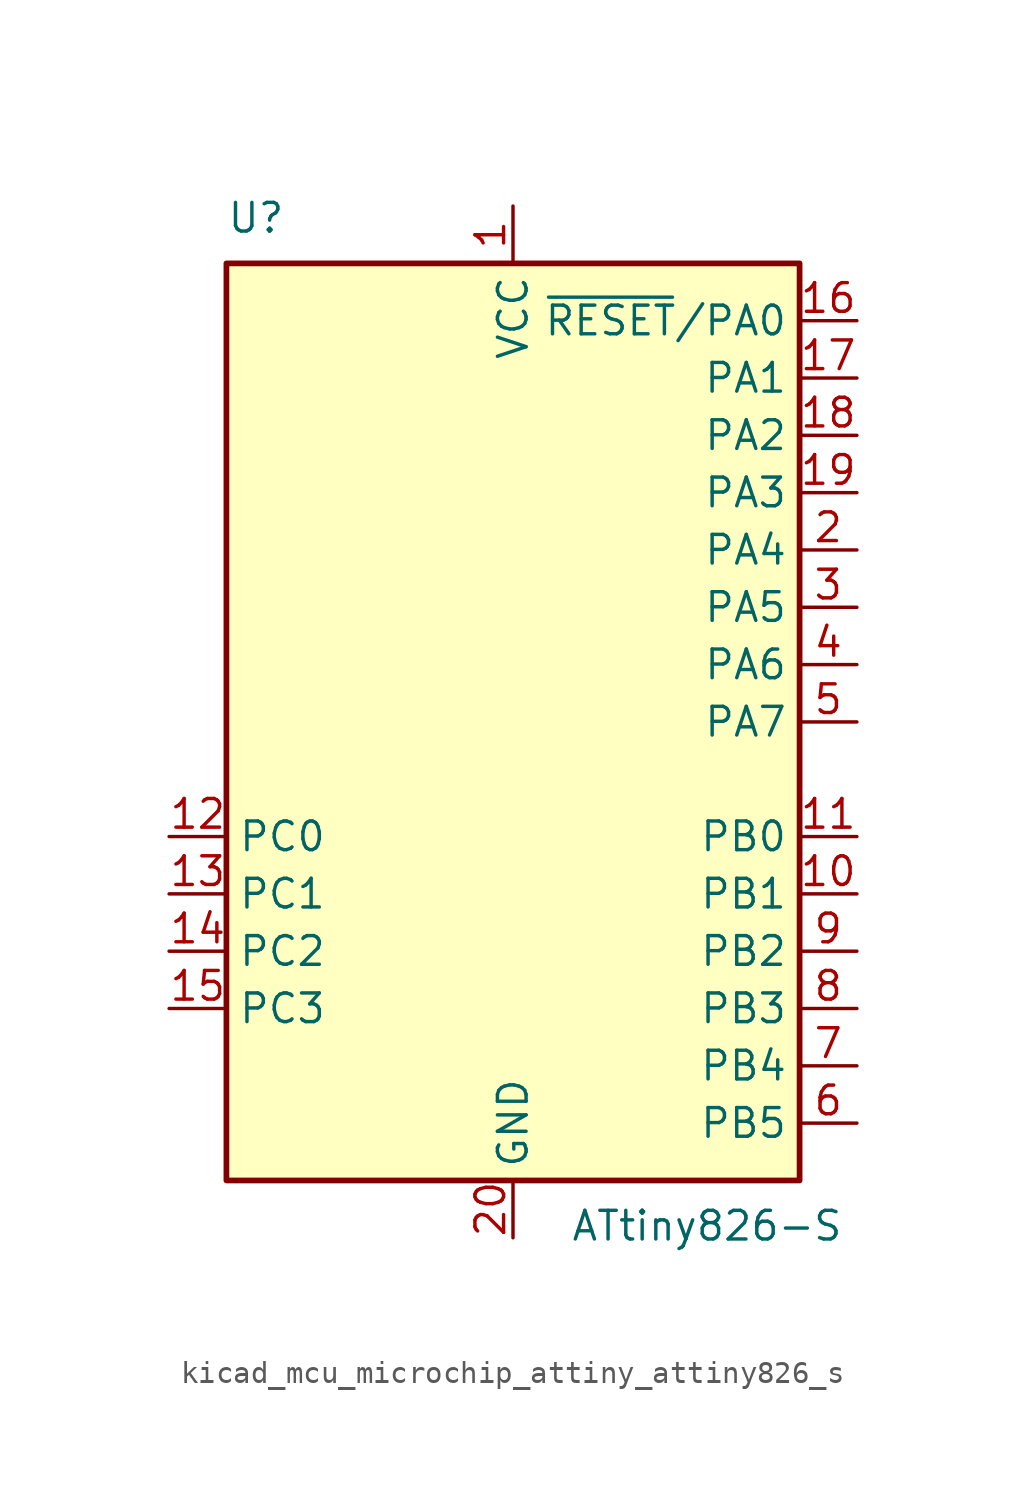
<source format=kicad_sym>
(kicad_symbol_lib
  (version 20220914)
  (generator kicad_symbol_editor)
  (symbol "kicad_mcu_microchip_attiny_attiny826_s"
    (property "Reference" "U"
      (at -12.7 21.59 0)
      (effects (font (size 1.27 1.27)) (justify left bottom)))
    (property "Value" "ATtiny826-S"
      (at 2.54 -21.59 0)
      (effects (font (size 1.27 1.27)) (justify left top)))
    (symbol "kicad_mcu_microchip_attiny_attiny826_s_0_1"
      (rectangle (start -12.7 -20.32) (end 12.7 20.32) (stroke (width 0.254) (type default)) (fill (type background))))
    (symbol "kicad_mcu_microchip_attiny_attiny826_s_1_1"
      (pin power_in line (at 0 22.86 270) (length 2.54) (name "VCC" (effects (font (size 1.27 1.27)))) (number "1" (effects (font (size 1.27 1.27)))))
      (pin bidirectional line (at 15.24 -7.62 180) (length 2.54) (name "PB1" (effects (font (size 1.27 1.27)))) (number "10" (effects (font (size 1.27 1.27)))))
      (pin bidirectional line (at 15.24 -5.08 180) (length 2.54) (name "PB0" (effects (font (size 1.27 1.27)))) (number "11" (effects (font (size 1.27 1.27)))))
      (pin bidirectional line (at -15.24 -5.08 0) (length 2.54) (name "PC0" (effects (font (size 1.27 1.27)))) (number "12" (effects (font (size 1.27 1.27)))))
      (pin bidirectional line (at -15.24 -7.62 0) (length 2.54) (name "PC1" (effects (font (size 1.27 1.27)))) (number "13" (effects (font (size 1.27 1.27)))))
      (pin bidirectional line (at -15.24 -10.16 0) (length 2.54) (name "PC2" (effects (font (size 1.27 1.27)))) (number "14" (effects (font (size 1.27 1.27)))))
      (pin bidirectional line (at -15.24 -12.7 0) (length 2.54) (name "PC3" (effects (font (size 1.27 1.27)))) (number "15" (effects (font (size 1.27 1.27)))))
      (pin bidirectional line (at 15.24 17.78 180) (length 2.54) (name "~{RESET}/PA0" (effects (font (size 1.27 1.27)))) (number "16" (effects (font (size 1.27 1.27)))))
      (pin bidirectional line (at 15.24 15.24 180) (length 2.54) (name "PA1" (effects (font (size 1.27 1.27)))) (number "17" (effects (font (size 1.27 1.27)))))
      (pin bidirectional line (at 15.24 12.7 180) (length 2.54) (name "PA2" (effects (font (size 1.27 1.27)))) (number "18" (effects (font (size 1.27 1.27)))))
      (pin bidirectional line (at 15.24 10.16 180) (length 2.54) (name "PA3" (effects (font (size 1.27 1.27)))) (number "19" (effects (font (size 1.27 1.27)))))
      (pin bidirectional line (at 15.24 7.62 180) (length 2.54) (name "PA4" (effects (font (size 1.27 1.27)))) (number "2" (effects (font (size 1.27 1.27)))))
      (pin power_in line (at 0 -22.86 90) (length 2.54) (name "GND" (effects (font (size 1.27 1.27)))) (number "20" (effects (font (size 1.27 1.27)))))
      (pin bidirectional line (at 15.24 5.08 180) (length 2.54) (name "PA5" (effects (font (size 1.27 1.27)))) (number "3" (effects (font (size 1.27 1.27)))))
      (pin bidirectional line (at 15.24 2.54 180) (length 2.54) (name "PA6" (effects (font (size 1.27 1.27)))) (number "4" (effects (font (size 1.27 1.27)))))
      (pin bidirectional line (at 15.24 0 180) (length 2.54) (name "PA7" (effects (font (size 1.27 1.27)))) (number "5" (effects (font (size 1.27 1.27)))))
      (pin bidirectional line (at 15.24 -17.78 180) (length 2.54) (name "PB5" (effects (font (size 1.27 1.27)))) (number "6" (effects (font (size 1.27 1.27)))))
      (pin bidirectional line (at 15.24 -15.24 180) (length 2.54) (name "PB4" (effects (font (size 1.27 1.27)))) (number "7" (effects (font (size 1.27 1.27)))))
      (pin bidirectional line (at 15.24 -12.7 180) (length 2.54) (name "PB3" (effects (font (size 1.27 1.27)))) (number "8" (effects (font (size 1.27 1.27)))))
      (pin bidirectional line (at 15.24 -10.16 180) (length 2.54) (name "PB2" (effects (font (size 1.27 1.27)))) (number "9" (effects (font (size 1.27 1.27))))))))
</source>
